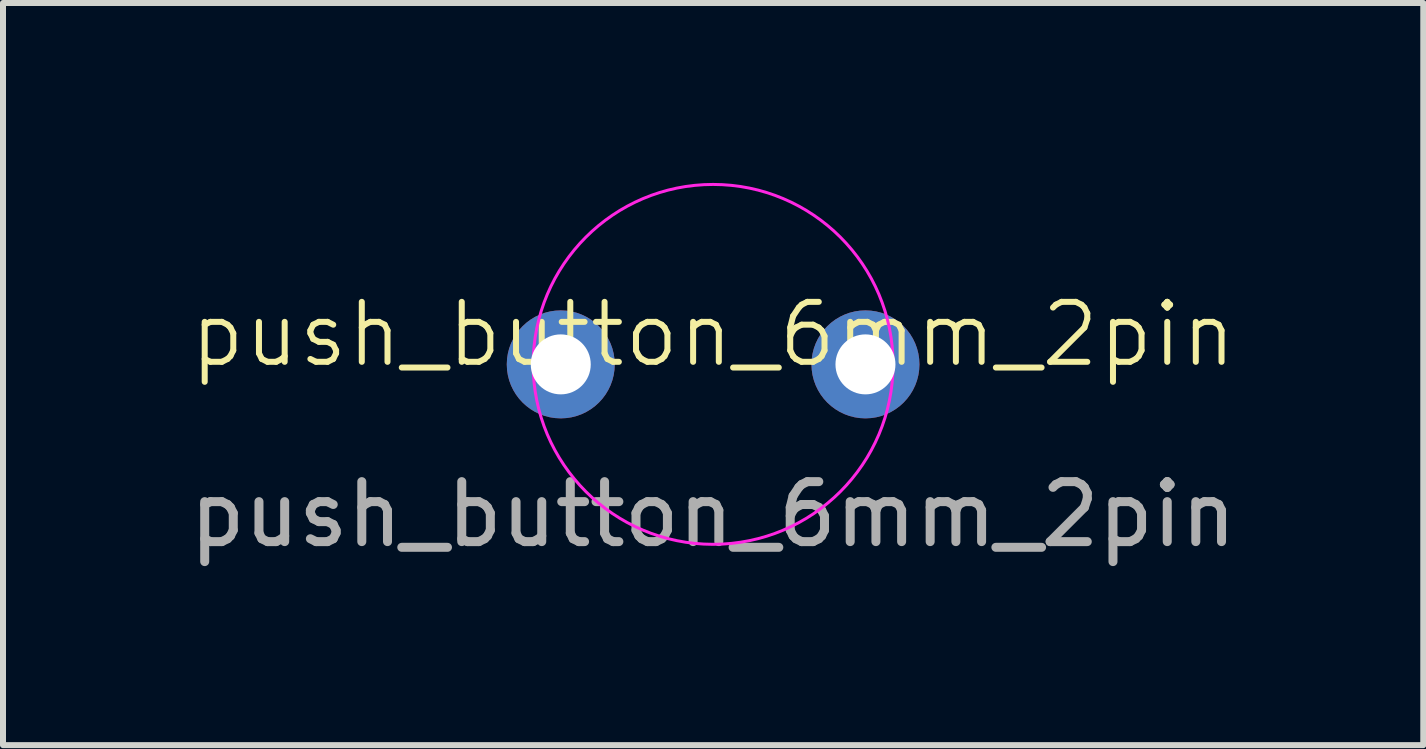
<source format=kicad_pcb>
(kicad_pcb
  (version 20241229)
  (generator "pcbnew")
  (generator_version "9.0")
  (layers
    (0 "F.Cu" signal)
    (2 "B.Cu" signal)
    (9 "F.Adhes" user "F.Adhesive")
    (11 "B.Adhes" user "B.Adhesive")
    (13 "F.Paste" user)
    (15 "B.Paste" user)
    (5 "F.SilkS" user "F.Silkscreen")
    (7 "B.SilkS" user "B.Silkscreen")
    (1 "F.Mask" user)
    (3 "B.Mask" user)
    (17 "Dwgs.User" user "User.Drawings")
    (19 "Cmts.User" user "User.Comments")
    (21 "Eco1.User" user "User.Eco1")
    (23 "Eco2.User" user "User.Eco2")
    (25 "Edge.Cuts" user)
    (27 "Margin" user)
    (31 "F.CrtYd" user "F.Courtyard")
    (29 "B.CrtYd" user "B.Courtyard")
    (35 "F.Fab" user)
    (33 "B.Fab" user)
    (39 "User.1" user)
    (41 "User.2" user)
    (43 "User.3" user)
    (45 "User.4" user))
  (footprint "push_button_6mm_2pin"
    (layer "F.Cu")
    (at 8.839 3.025)
    (property "Reference" "push_button_6mm_2pin" (at 0 -0.5 0) (unlocked yes) (layer "F.SilkS") (effects (font (size 1 1) (thickness 0.1))))
    (attr through_hole)
    (fp_circle (center 0 0) (end -3 0) (stroke (width 0.05) (type default)) (fill no) (layer "F.CrtYd"))
    (fp_text user "${REFERENCE}" (at 0 2.5 0) (unlocked yes) (layer "F.Fab") (effects (font (size 1 1) (thickness 0.15))))
    (pad "1" thru_hole circle (at -2.54 0) (size 1.8 1.8) (drill 1) (layers "*.Cu" "*.Mask"))
    (pad "2" thru_hole circle (at 2.54 0) (size 1.8 1.8) (drill 1) (layers "*.Cu" "*.Mask")))
  (gr_rect
    (start -3 -3)
    (end 20.679 9.373)
    (stroke (width 0.1) (type default))
    (fill no)
    (layer "Edge.Cuts")))
</source>
